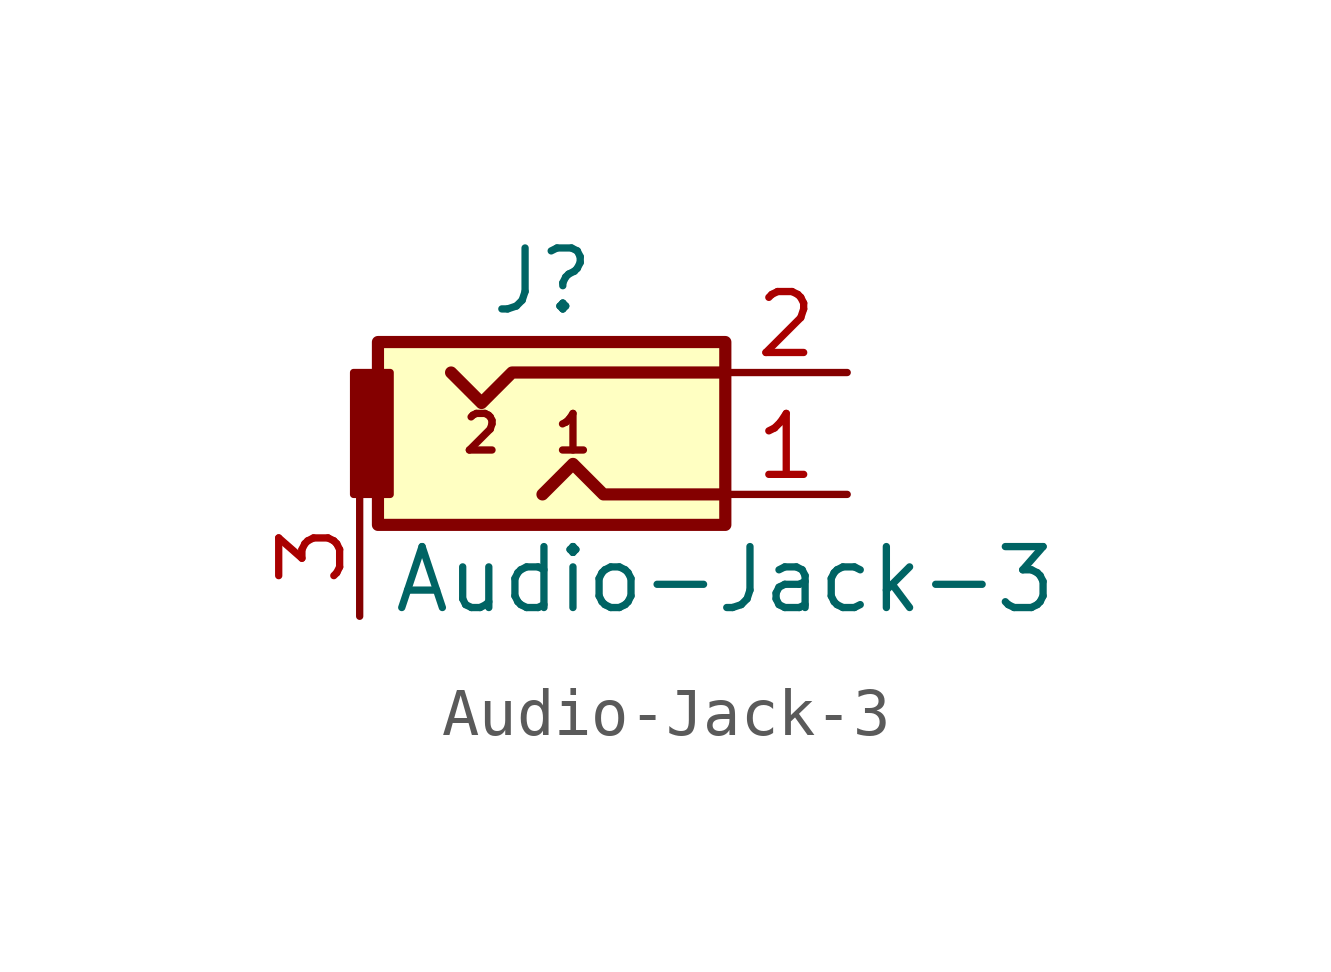
<source format=kicad_sym>
(kicad_symbol_lib
  (version 20211014)
  (generator kicad_symbol_editor)
  (symbol "Audio-Jack-3"
    (pin_names
      (offset 1.016))
    (property "Reference" "J"
      (at -1.27 4.445 0)
      (effects (font (size 1.27 1.27))))
    (property "Value" "Audio-Jack-3"
      (at 2.54 -1.778 0)
      (effects (font (size 1.27 1.27))))
    (symbol "Audio-Jack-3_0_0"
      (text "1" (at -0.635 1.27 0) (effects (font (size 0.762 0.762))))
      (text "2" (at -2.54 1.27 0) (effects (font (size 0.762 0.762)))))
    (symbol "Audio-Jack-3_0_1"
      (rectangle (start -4.699 3.175) (end 2.54 -0.635) (stroke (width 0.254) (type default) (color 0 0 0 0)) (fill (type background)))
      (rectangle (start -4.445 0) (end -5.207 2.54) (stroke (width 0) (type default) (color 0 0 0 0)) (fill (type outline)))
      (polyline (pts (xy -1.27 0) (xy -0.635 0.635) (xy 0 0) (xy 2.54 0)) (stroke (width 0.254) (type default) (color 0 0 0 0)) (fill (type none)))
      (polyline (pts (xy 2.54 2.54) (xy -1.905 2.54) (xy -2.54 1.905) (xy -3.175 2.54)) (stroke (width 0.254) (type default) (color 0 0 0 0)) (fill (type none))))
    (symbol "Audio-Jack-3_1_1"
      (pin passive line (at 5.08 0 180) (length 2.54) (name "~" (effects (font (size 1.27 1.27)))) (number "1" (effects (font (size 1.27 1.27)))))
      (pin passive line (at 5.08 2.54 180) (length 2.54) (name "~" (effects (font (size 1.27 1.27)))) (number "2" (effects (font (size 1.27 1.27)))))
      (pin passive line (at -5.08 -2.54 90) (length 2.54) (name "~" (effects (font (size 1.27 1.27)))) (number "3" (effects (font (size 1.27 1.27))))))))
</source>
